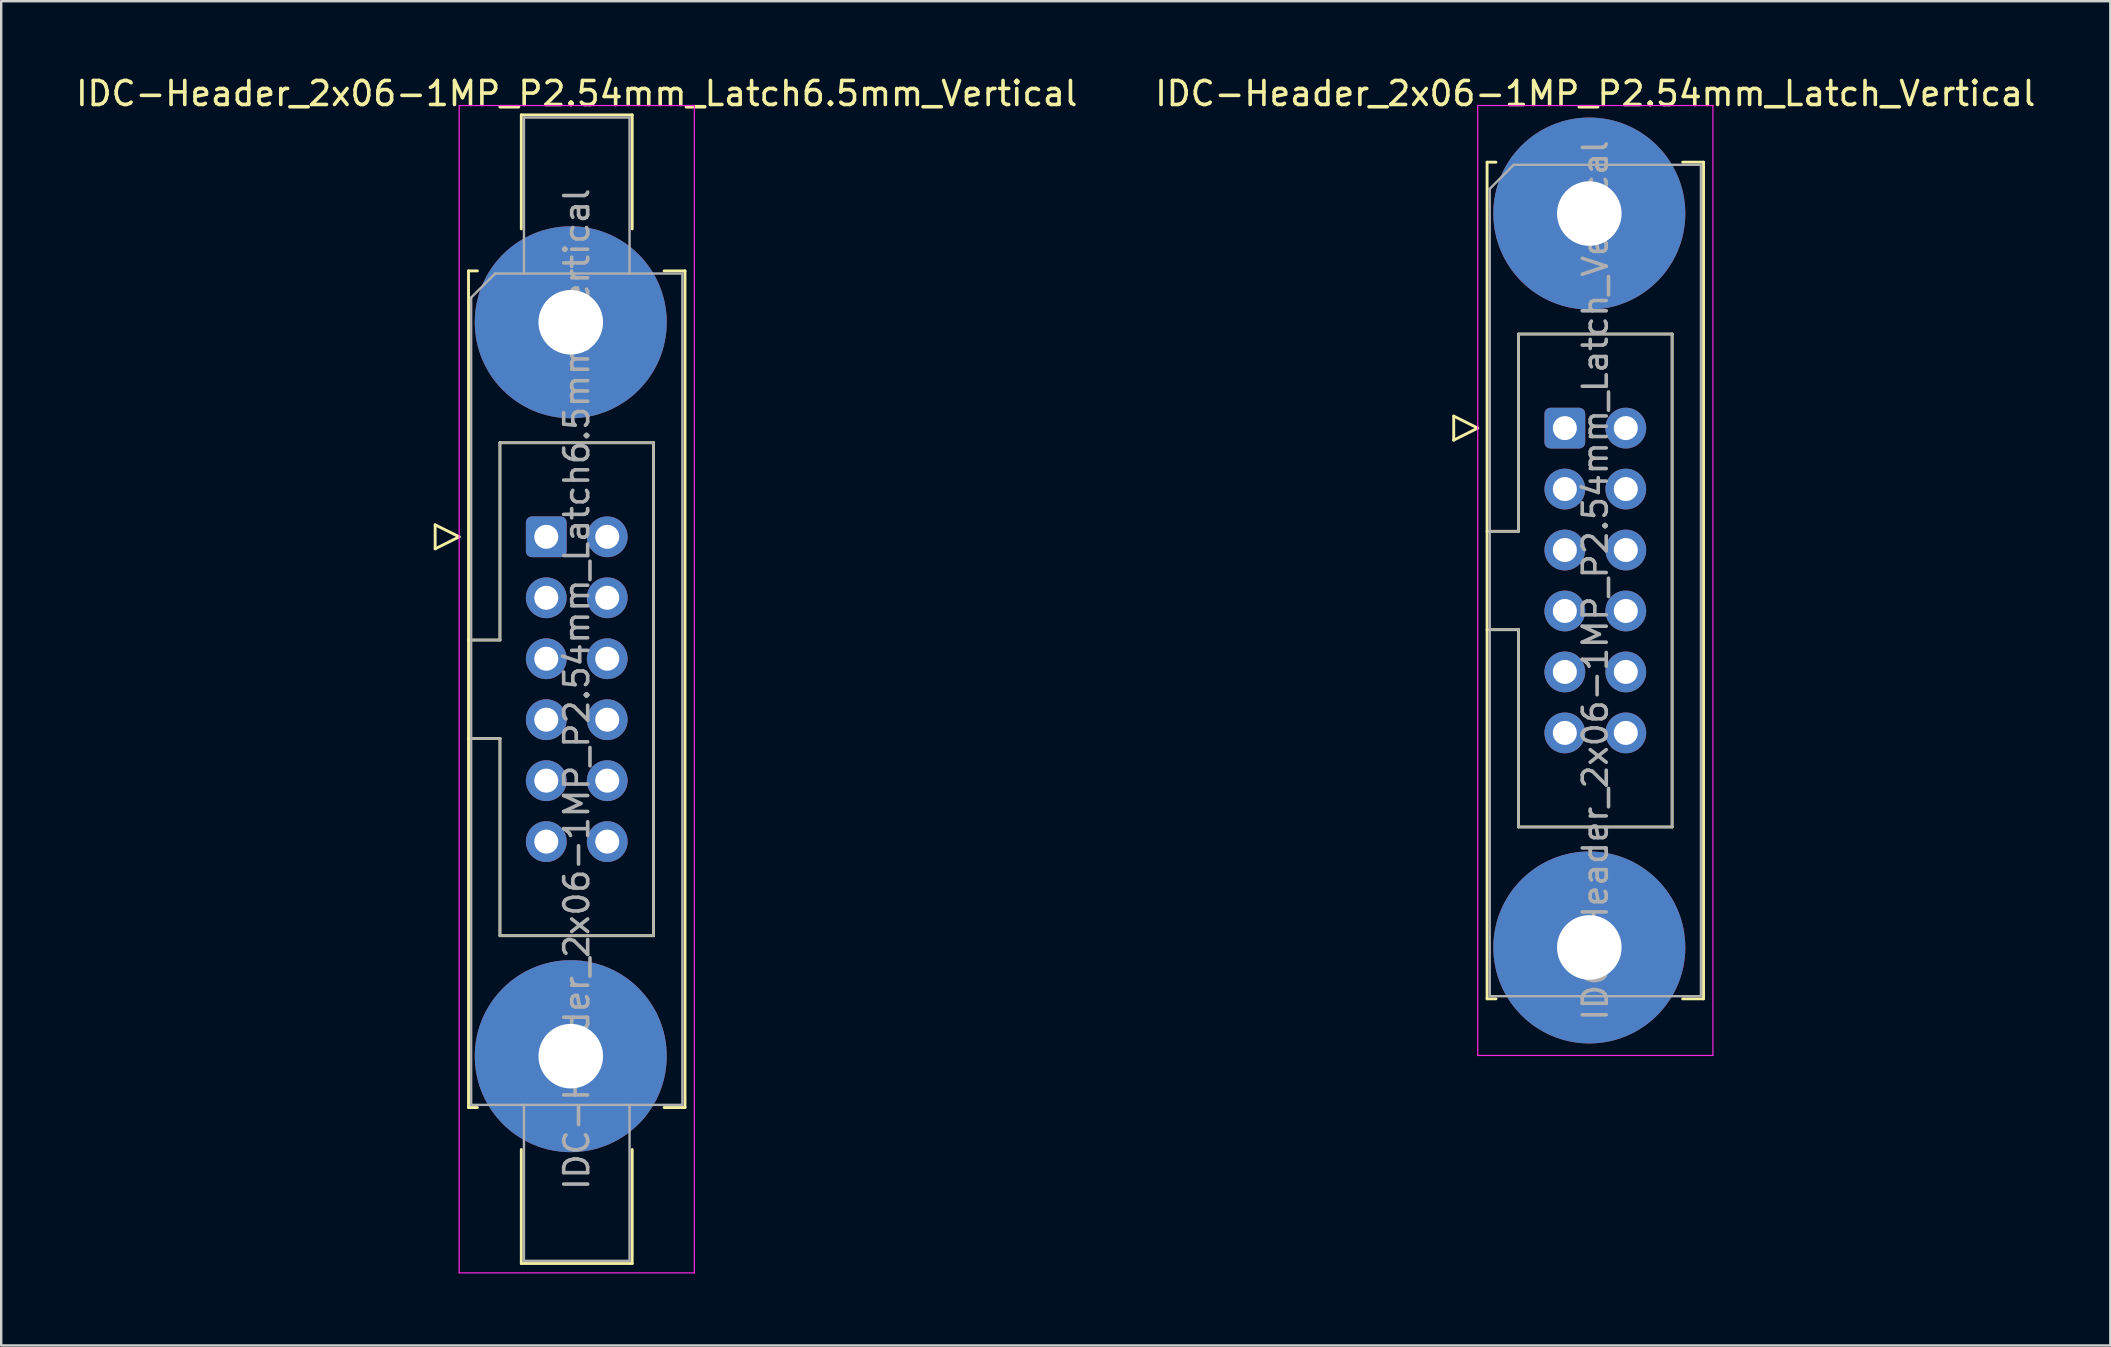
<source format=kicad_pcb>
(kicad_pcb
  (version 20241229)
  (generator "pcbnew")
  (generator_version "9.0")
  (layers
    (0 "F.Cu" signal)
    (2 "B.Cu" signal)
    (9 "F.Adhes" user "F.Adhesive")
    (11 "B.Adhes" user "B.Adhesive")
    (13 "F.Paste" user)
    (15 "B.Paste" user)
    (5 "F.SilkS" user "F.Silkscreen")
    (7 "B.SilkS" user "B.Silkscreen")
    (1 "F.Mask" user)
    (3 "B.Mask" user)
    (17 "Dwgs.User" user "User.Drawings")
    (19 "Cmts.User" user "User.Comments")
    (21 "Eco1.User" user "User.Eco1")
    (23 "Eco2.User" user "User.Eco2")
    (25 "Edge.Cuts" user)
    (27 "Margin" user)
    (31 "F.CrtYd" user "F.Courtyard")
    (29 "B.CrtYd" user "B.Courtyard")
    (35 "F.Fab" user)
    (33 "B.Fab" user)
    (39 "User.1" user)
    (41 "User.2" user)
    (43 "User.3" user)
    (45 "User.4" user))
  (footprint "IDC-Header_2x06-1MP_P2.54mm_Latch6.5mm_Vertical"
    (layer "F.Cu")
    (at 19.712 19.318)
    (property "Reference" "IDC-Header_2x06-1MP_P2.54mm_Latch6.5mm_Vertical" (at 1.27 -18.47 0) (layer "F.SilkS") (effects (font (size 1 1) (thickness 0.15))))
    (attr through_hole)
    (fp_line (start -4.63 -0.5) (end -4.63 0.5) (stroke (width 0.12) (type solid)) (layer "F.SilkS"))
    (fp_line (start -4.63 0.5) (end -3.63 0) (stroke (width 0.12) (type solid)) (layer "F.SilkS"))
    (fp_line (start -3.63 0) (end -4.63 -0.5) (stroke (width 0.12) (type solid)) (layer "F.SilkS"))
    (fp_line (start -3.24 -11.08) (end -3.24 23.78) (stroke (width 0.12) (type solid)) (layer "F.SilkS"))
    (fp_line (start -3.24 4.3) (end -1.93 4.3) (stroke (width 0.12) (type solid)) (layer "F.SilkS"))
    (fp_line (start -3.24 23.78) (end -2.87 23.78) (stroke (width 0.12) (type solid)) (layer "F.SilkS"))
    (fp_line (start -2.87 -11.08) (end -3.24 -11.08) (stroke (width 0.12) (type solid)) (layer "F.SilkS"))
    (fp_line (start -1.93 -3.92) (end 4.47 -3.92) (stroke (width 0.12) (type solid)) (layer "F.SilkS"))
    (fp_line (start -1.93 4.3) (end -1.93 -3.92) (stroke (width 0.12) (type solid)) (layer "F.SilkS"))
    (fp_line (start -1.93 8.4) (end -3.24 8.4) (stroke (width 0.12) (type solid)) (layer "F.SilkS"))
    (fp_line (start -1.93 8.4) (end -1.93 8.4) (stroke (width 0.12) (type solid)) (layer "F.SilkS"))
    (fp_line (start -1.93 16.62) (end -1.93 8.4) (stroke (width 0.12) (type solid)) (layer "F.SilkS"))
    (fp_line (start -1.04 -17.58) (end 3.58 -17.58) (stroke (width 0.12) (type solid)) (layer "F.SilkS"))
    (fp_line (start -1.04 -12.83) (end -1.04 -17.58) (stroke (width 0.12) (type solid)) (layer "F.SilkS"))
    (fp_line (start -1.04 25.53) (end -1.04 30.28) (stroke (width 0.12) (type solid)) (layer "F.SilkS"))
    (fp_line (start -1.04 30.28) (end 3.58 30.28) (stroke (width 0.12) (type solid)) (layer "F.SilkS"))
    (fp_line (start 3.58 -17.58) (end 3.58 -12.83) (stroke (width 0.12) (type solid)) (layer "F.SilkS"))
    (fp_line (start 3.58 30.28) (end 3.58 25.53) (stroke (width 0.12) (type solid)) (layer "F.SilkS"))
    (fp_line (start 4.47 -3.92) (end 4.47 16.62) (stroke (width 0.12) (type solid)) (layer "F.SilkS"))
    (fp_line (start 4.47 16.62) (end -1.93 16.62) (stroke (width 0.12) (type solid)) (layer "F.SilkS"))
    (fp_line (start 4.91 -11.08) (end 5.78 -11.08) (stroke (width 0.12) (type solid)) (layer "F.SilkS"))
    (fp_line (start 5.78 -11.08) (end 5.78 23.78) (stroke (width 0.12) (type solid)) (layer "F.SilkS"))
    (fp_line (start 5.78 23.78) (end 4.91 23.78) (stroke (width 0.12) (type solid)) (layer "F.SilkS"))
    (fp_line (start -3.63 -17.97) (end -3.63 30.67) (stroke (width 0.05) (type solid)) (layer "F.CrtYd"))
    (fp_line (start -3.63 30.67) (end 6.17 30.67) (stroke (width 0.05) (type solid)) (layer "F.CrtYd"))
    (fp_line (start 6.17 -17.97) (end -3.63 -17.97) (stroke (width 0.05) (type solid)) (layer "F.CrtYd"))
    (fp_line (start 6.17 30.67) (end 6.17 -17.97) (stroke (width 0.05) (type solid)) (layer "F.CrtYd"))
    (fp_line (start -3.13 -9.97) (end -2.13 -10.97) (stroke (width 0.1) (type solid)) (layer "F.Fab"))
    (fp_line (start -3.13 4.3) (end -1.93 4.3) (stroke (width 0.1) (type solid)) (layer "F.Fab"))
    (fp_line (start -3.13 23.67) (end -3.13 -9.97) (stroke (width 0.1) (type solid)) (layer "F.Fab"))
    (fp_line (start -2.13 -10.97) (end 5.67 -10.97) (stroke (width 0.1) (type solid)) (layer "F.Fab"))
    (fp_line (start -1.93 -3.92) (end 4.47 -3.92) (stroke (width 0.1) (type solid)) (layer "F.Fab"))
    (fp_line (start -1.93 4.3) (end -1.93 -3.92) (stroke (width 0.1) (type solid)) (layer "F.Fab"))
    (fp_line (start -1.93 8.4) (end -3.13 8.4) (stroke (width 0.1) (type solid)) (layer "F.Fab"))
    (fp_line (start -1.93 8.4) (end -1.93 8.4) (stroke (width 0.1) (type solid)) (layer "F.Fab"))
    (fp_line (start -1.93 16.62) (end -1.93 8.4) (stroke (width 0.1) (type solid)) (layer "F.Fab"))
    (fp_line (start -0.93 -17.47) (end 3.47 -17.47) (stroke (width 0.1) (type solid)) (layer "F.Fab"))
    (fp_line (start -0.93 -10.97) (end -0.93 -17.47) (stroke (width 0.1) (type solid)) (layer "F.Fab"))
    (fp_line (start -0.93 23.67) (end -0.93 30.17) (stroke (width 0.1) (type solid)) (layer "F.Fab"))
    (fp_line (start -0.93 30.17) (end 3.47 30.17) (stroke (width 0.1) (type solid)) (layer "F.Fab"))
    (fp_line (start 3.47 -17.47) (end 3.47 -10.97) (stroke (width 0.1) (type solid)) (layer "F.Fab"))
    (fp_line (start 3.47 30.17) (end 3.47 23.67) (stroke (width 0.1) (type solid)) (layer "F.Fab"))
    (fp_line (start 4.47 -3.92) (end 4.47 16.62) (stroke (width 0.1) (type solid)) (layer "F.Fab"))
    (fp_line (start 4.47 16.62) (end -1.93 16.62) (stroke (width 0.1) (type solid)) (layer "F.Fab"))
    (fp_line (start 5.67 -10.97) (end 5.67 23.67) (stroke (width 0.1) (type solid)) (layer "F.Fab"))
    (fp_line (start 5.67 23.67) (end -3.13 23.67) (stroke (width 0.1) (type solid)) (layer "F.Fab"))
    (fp_text user "${REFERENCE}" (at 1.27 6.35 90) (layer "F.Fab") (effects (font (size 1 1) (thickness 0.15))))
    (pad "1" thru_hole roundrect (at 0 0) (size 1.7 1.7) (drill 1) (layers "*.Cu" "*.Mask") (roundrect_rratio 0.147))
    (pad "2" thru_hole circle (at 2.54 0) (size 1.7 1.7) (drill 1) (layers "*.Cu" "*.Mask"))
    (pad "3" thru_hole circle (at 0 2.54) (size 1.7 1.7) (drill 1) (layers "*.Cu" "*.Mask"))
    (pad "4" thru_hole circle (at 2.54 2.54) (size 1.7 1.7) (drill 1) (layers "*.Cu" "*.Mask"))
    (pad "5" thru_hole circle (at 0 5.08) (size 1.7 1.7) (drill 1) (layers "*.Cu" "*.Mask"))
    (pad "6" thru_hole circle (at 2.54 5.08) (size 1.7 1.7) (drill 1) (layers "*.Cu" "*.Mask"))
    (pad "7" thru_hole circle (at 0 7.62) (size 1.7 1.7) (drill 1) (layers "*.Cu" "*.Mask"))
    (pad "8" thru_hole circle (at 2.54 7.62) (size 1.7 1.7) (drill 1) (layers "*.Cu" "*.Mask"))
    (pad "9" thru_hole circle (at 0 10.16) (size 1.7 1.7) (drill 1) (layers "*.Cu" "*.Mask"))
    (pad "10" thru_hole circle (at 2.54 10.16) (size 1.7 1.7) (drill 1) (layers "*.Cu" "*.Mask"))
    (pad "11" thru_hole circle (at 0 12.7) (size 1.7 1.7) (drill 1) (layers "*.Cu" "*.Mask"))
    (pad "12" thru_hole circle (at 2.54 12.7) (size 1.7 1.7) (drill 1) (layers "*.Cu" "*.Mask"))
    (pad "MP" thru_hole circle (at 1.02 -8.94) (size 8 8) (drill 2.69) (layers "*.Cu" "*.Mask"))
    (pad "MP" thru_hole circle (at 1.02 21.64) (size 8 8) (drill 2.69) (layers "*.Cu" "*.Mask")))
  (footprint "IDC-Header_2x06-1MP_P2.54mm_Latch_Vertical"
    (layer "F.Cu")
    (at 62.153 14.788)
    (property "Reference" "IDC-Header_2x06-1MP_P2.54mm_Latch_Vertical" (at 1.27 -13.94 0) (layer "F.SilkS") (effects (font (size 1 1) (thickness 0.15))))
    (attr through_hole)
    (fp_line (start -4.63 -0.5) (end -4.63 0.5) (stroke (width 0.12) (type solid)) (layer "F.SilkS"))
    (fp_line (start -4.63 0.5) (end -3.63 0) (stroke (width 0.12) (type solid)) (layer "F.SilkS"))
    (fp_line (start -3.63 0) (end -4.63 -0.5) (stroke (width 0.12) (type solid)) (layer "F.SilkS"))
    (fp_line (start -3.24 -11.08) (end -3.24 23.78) (stroke (width 0.12) (type solid)) (layer "F.SilkS"))
    (fp_line (start -3.24 4.3) (end -1.93 4.3) (stroke (width 0.12) (type solid)) (layer "F.SilkS"))
    (fp_line (start -3.24 23.78) (end -2.87 23.78) (stroke (width 0.12) (type solid)) (layer "F.SilkS"))
    (fp_line (start -2.87 -11.08) (end -3.24 -11.08) (stroke (width 0.12) (type solid)) (layer "F.SilkS"))
    (fp_line (start -1.93 -3.92) (end 4.47 -3.92) (stroke (width 0.12) (type solid)) (layer "F.SilkS"))
    (fp_line (start -1.93 4.3) (end -1.93 -3.92) (stroke (width 0.12) (type solid)) (layer "F.SilkS"))
    (fp_line (start -1.93 8.4) (end -3.24 8.4) (stroke (width 0.12) (type solid)) (layer "F.SilkS"))
    (fp_line (start -1.93 8.4) (end -1.93 8.4) (stroke (width 0.12) (type solid)) (layer "F.SilkS"))
    (fp_line (start -1.93 16.62) (end -1.93 8.4) (stroke (width 0.12) (type solid)) (layer "F.SilkS"))
    (fp_line (start 4.47 -3.92) (end 4.47 16.62) (stroke (width 0.12) (type solid)) (layer "F.SilkS"))
    (fp_line (start 4.47 16.62) (end -1.93 16.62) (stroke (width 0.12) (type solid)) (layer "F.SilkS"))
    (fp_line (start 4.91 -11.08) (end 5.78 -11.08) (stroke (width 0.12) (type solid)) (layer "F.SilkS"))
    (fp_line (start 5.78 -11.08) (end 5.78 23.78) (stroke (width 0.12) (type solid)) (layer "F.SilkS"))
    (fp_line (start 5.78 23.78) (end 4.91 23.78) (stroke (width 0.12) (type solid)) (layer "F.SilkS"))
    (fp_line (start -3.63 -13.44) (end -3.63 26.14) (stroke (width 0.05) (type solid)) (layer "F.CrtYd"))
    (fp_line (start -3.63 26.14) (end 6.17 26.14) (stroke (width 0.05) (type solid)) (layer "F.CrtYd"))
    (fp_line (start 6.17 -13.44) (end -3.63 -13.44) (stroke (width 0.05) (type solid)) (layer "F.CrtYd"))
    (fp_line (start 6.17 26.14) (end 6.17 -13.44) (stroke (width 0.05) (type solid)) (layer "F.CrtYd"))
    (fp_line (start -3.13 -9.97) (end -2.13 -10.97) (stroke (width 0.1) (type solid)) (layer "F.Fab"))
    (fp_line (start -3.13 4.3) (end -1.93 4.3) (stroke (width 0.1) (type solid)) (layer "F.Fab"))
    (fp_line (start -3.13 23.67) (end -3.13 -9.97) (stroke (width 0.1) (type solid)) (layer "F.Fab"))
    (fp_line (start -2.13 -10.97) (end 5.67 -10.97) (stroke (width 0.1) (type solid)) (layer "F.Fab"))
    (fp_line (start -1.93 -3.92) (end 4.47 -3.92) (stroke (width 0.1) (type solid)) (layer "F.Fab"))
    (fp_line (start -1.93 4.3) (end -1.93 -3.92) (stroke (width 0.1) (type solid)) (layer "F.Fab"))
    (fp_line (start -1.93 8.4) (end -3.13 8.4) (stroke (width 0.1) (type solid)) (layer "F.Fab"))
    (fp_line (start -1.93 8.4) (end -1.93 8.4) (stroke (width 0.1) (type solid)) (layer "F.Fab"))
    (fp_line (start -1.93 16.62) (end -1.93 8.4) (stroke (width 0.1) (type solid)) (layer "F.Fab"))
    (fp_line (start 4.47 -3.92) (end 4.47 16.62) (stroke (width 0.1) (type solid)) (layer "F.Fab"))
    (fp_line (start 4.47 16.62) (end -1.93 16.62) (stroke (width 0.1) (type solid)) (layer "F.Fab"))
    (fp_line (start 5.67 -10.97) (end 5.67 23.67) (stroke (width 0.1) (type solid)) (layer "F.Fab"))
    (fp_line (start 5.67 23.67) (end -3.13 23.67) (stroke (width 0.1) (type solid)) (layer "F.Fab"))
    (fp_text user "${REFERENCE}" (at 1.27 6.35 90) (layer "F.Fab") (effects (font (size 1 1) (thickness 0.15))))
    (pad "1" thru_hole roundrect (at 0 0) (size 1.7 1.7) (drill 1) (layers "*.Cu" "*.Mask") (roundrect_rratio 0.147))
    (pad "2" thru_hole circle (at 2.54 0) (size 1.7 1.7) (drill 1) (layers "*.Cu" "*.Mask"))
    (pad "3" thru_hole circle (at 0 2.54) (size 1.7 1.7) (drill 1) (layers "*.Cu" "*.Mask"))
    (pad "4" thru_hole circle (at 2.54 2.54) (size 1.7 1.7) (drill 1) (layers "*.Cu" "*.Mask"))
    (pad "5" thru_hole circle (at 0 5.08) (size 1.7 1.7) (drill 1) (layers "*.Cu" "*.Mask"))
    (pad "6" thru_hole circle (at 2.54 5.08) (size 1.7 1.7) (drill 1) (layers "*.Cu" "*.Mask"))
    (pad "7" thru_hole circle (at 0 7.62) (size 1.7 1.7) (drill 1) (layers "*.Cu" "*.Mask"))
    (pad "8" thru_hole circle (at 2.54 7.62) (size 1.7 1.7) (drill 1) (layers "*.Cu" "*.Mask"))
    (pad "9" thru_hole circle (at 0 10.16) (size 1.7 1.7) (drill 1) (layers "*.Cu" "*.Mask"))
    (pad "10" thru_hole circle (at 2.54 10.16) (size 1.7 1.7) (drill 1) (layers "*.Cu" "*.Mask"))
    (pad "11" thru_hole circle (at 0 12.7) (size 1.7 1.7) (drill 1) (layers "*.Cu" "*.Mask"))
    (pad "12" thru_hole circle (at 2.54 12.7) (size 1.7 1.7) (drill 1) (layers "*.Cu" "*.Mask"))
    (pad "MP" thru_hole circle (at 1.02 -8.94) (size 8 8) (drill 2.69) (layers "*.Cu" "*.Mask"))
    (pad "MP" thru_hole circle (at 1.02 21.64) (size 8 8) (drill 2.69) (layers "*.Cu" "*.Mask")))
  (gr_rect
    (start -3 -3)
    (end 84.881 53.013)
    (stroke (width 0.1) (type default))
    (fill no)
    (layer "Edge.Cuts")))
</source>
